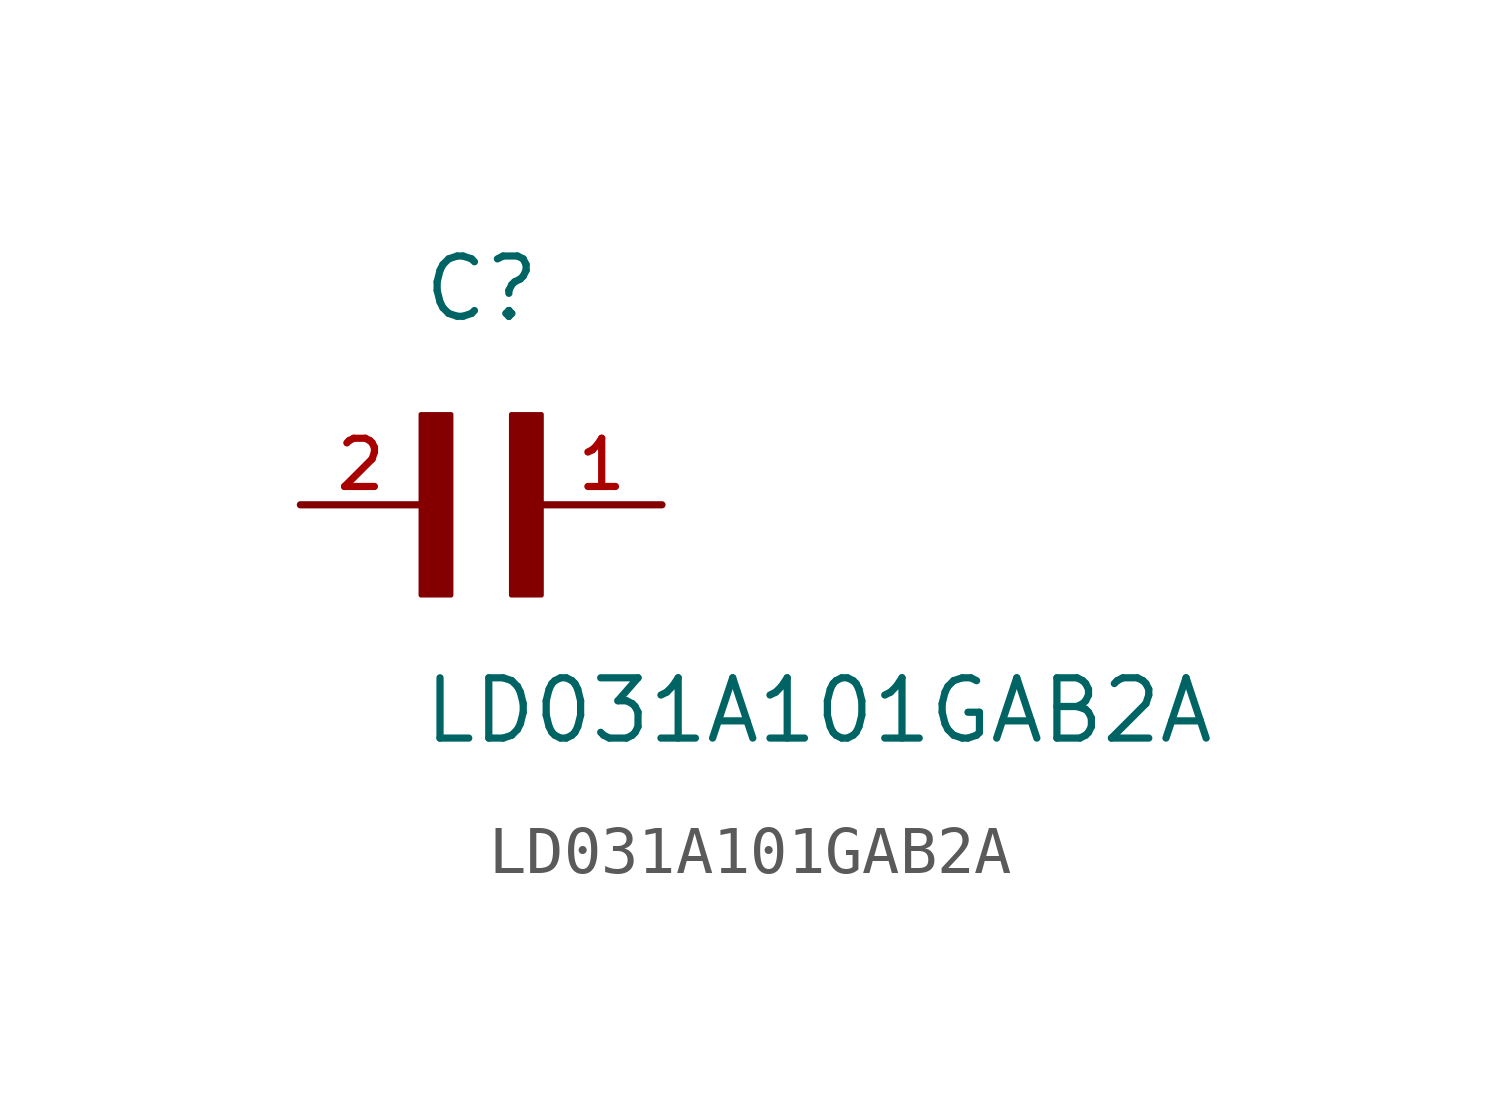
<source format=kicad_sym>
(kicad_symbol_lib
  (version 20211014)
  (generator kicad_symbol_editor)
  (symbol "LD031A101GAB2A"
    (pin_names
      (offset 1.016))
    (property "Reference" "C"
      (at 0.0 3.81 0)
      (effects (font (size 1.27 1.27)) (justify bottom left)))
    (property "Value" "LD031A101GAB2A"
      (at 0.0 -5.08 0)
      (effects (font (size 1.27 1.27)) (justify bottom left)))
    (symbol "LD031A101GAB2A_0_0"
      (rectangle (start 0.0 -1.905) (end 0.635 1.905) (stroke (width 0.1)) (fill (type outline)))
      (rectangle (start 1.905 -1.905) (end 2.54 1.905) (stroke (width 0.1)) (fill (type outline)))
      (pin passive line (at 5.08 0.0 180.0) (length 2.54) (name "~" (effects (font (size 1.016 1.016)))) (number "1" (effects (font (size 1.016 1.016)))))
      (pin passive line (at -2.54 0.0 0) (length 2.54) (name "~" (effects (font (size 1.016 1.016)))) (number "2" (effects (font (size 1.016 1.016))))))))
</source>
